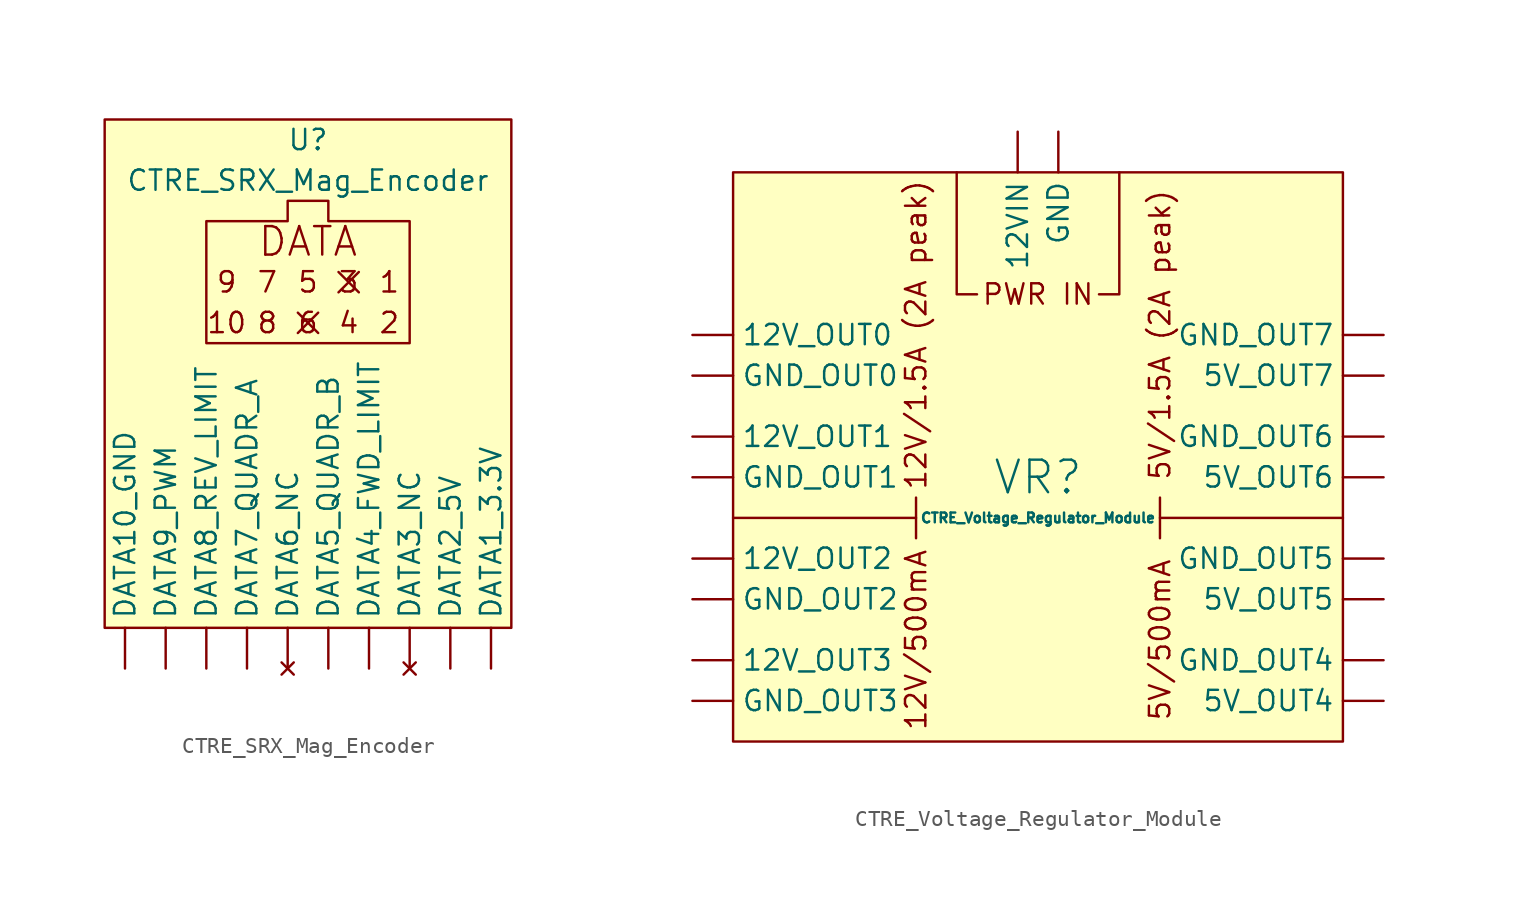
<source format=kicad_sym>
(kicad_symbol_lib
  (version 20220914)
  (generator kicad_symbol_editor)
  (symbol "CTRE_SRX_Mag_Encoder"
    (property "Reference" "U"
      (at 0 -6.35 0)
      (effects (font (size 1.27 1.27))))
    (property "Value" "CTRE_SRX_Mag_Encoder"
      (at 0 -8.89 0)
      (effects (font (size 1.27 1.27))))
    (symbol "CTRE_SRX_Mag_Encoder_0_0"
      (polyline (pts (xy -0.635 -18.415) (xy 0.635 -17.145)) (stroke (width 0) (type default)) (fill (type none)))
      (polyline (pts (xy 0.635 -18.415) (xy -0.635 -17.145)) (stroke (width 0) (type default)) (fill (type none)))
      (polyline (pts (xy 1.905 -15.875) (xy 3.175 -14.605)) (stroke (width 0) (type default)) (fill (type none)))
      (polyline (pts (xy 3.175 -15.875) (xy 1.905 -14.605)) (stroke (width 0) (type default)) (fill (type none)))
      (text "1" (at 5.08 -15.24 0) (effects (font (size 1.27 1.27))))
      (text "10" (at -5.08 -17.78 0) (effects (font (size 1.27 1.27))))
      (text "2" (at 5.08 -17.78 0) (effects (font (size 1.27 1.27))))
      (text "3" (at 2.54 -15.24 0) (effects (font (size 1.27 1.27))))
      (text "4" (at 2.54 -17.78 0) (effects (font (size 1.27 1.27))))
      (text "5" (at 0 -15.24 0) (effects (font (size 1.27 1.27))))
      (text "6" (at 0 -17.78 0) (effects (font (size 1.27 1.27))))
      (text "7" (at -2.54 -15.24 0) (effects (font (size 1.27 1.27))))
      (text "8" (at -2.54 -17.78 0) (effects (font (size 1.27 1.27))))
      (text "9" (at -5.08 -15.24 0) (effects (font (size 1.27 1.27))))
      (text "DATA" (at 0 -12.7 0) (effects (font (size 1.778 1.778)))))
    (symbol "CTRE_SRX_Mag_Encoder_0_1"
      (rectangle (start -12.7 -36.83) (end 12.7 -5.08) (stroke (width 0) (type default)) (fill (type background)))
      (polyline (pts (xy 1.27 -10.16) (xy -1.27 -10.16) (xy -1.27 -11.43) (xy -6.35 -11.43) (xy -6.35 -19.05) (xy 6.35 -19.05) (xy 6.35 -11.43) (xy 1.27 -11.43) (xy 1.27 -10.16)) (stroke (width 0) (type default)) (fill (type none))))
    (symbol "CTRE_SRX_Mag_Encoder_1_1"
      (pin power_in line (at -11.43 -39.37 90) (length 2.54) (name "DATA10_GND" (effects (font (size 1.27 1.27)))) (number "" (effects (font (size 1.27 1.27)))))
      (pin power_in line (at 11.43 -39.37 90) (length 2.54) (name "DATA1_3.3V" (effects (font (size 1.27 1.27)))) (number "" (effects (font (size 1.27 1.27)))))
      (pin power_in line (at 8.89 -39.37 90) (length 2.54) (name "DATA2_5V" (effects (font (size 1.27 1.27)))) (number "" (effects (font (size 1.27 1.27)))))
      (pin no_connect line (at 6.35 -39.37 90) (length 2.54) (name "DATA3_NC" (effects (font (size 1.27 1.27)))) (number "" (effects (font (size 1.27 1.27)))))
      (pin output line (at 3.81 -39.37 90) (length 2.54) (name "DATA4_FWD_LIMIT" (effects (font (size 1.27 1.27)))) (number "" (effects (font (size 1.27 1.27)))))
      (pin output line (at 1.27 -39.37 90) (length 2.54) (name "DATA5_QUADR_B" (effects (font (size 1.27 1.27)))) (number "" (effects (font (size 1.27 1.27)))))
      (pin no_connect line (at -1.27 -39.37 90) (length 2.54) (name "DATA6_NC" (effects (font (size 1.27 1.27)))) (number "" (effects (font (size 1.27 1.27)))))
      (pin output line (at -3.81 -39.37 90) (length 2.54) (name "DATA7_QUADR_A" (effects (font (size 1.27 1.27)))) (number "" (effects (font (size 1.27 1.27)))))
      (pin output line (at -6.35 -39.37 90) (length 2.54) (name "DATA8_REV_LIMIT" (effects (font (size 1.27 1.27)))) (number "" (effects (font (size 1.27 1.27)))))
      (pin output line (at -8.89 -39.37 90) (length 2.54) (name "DATA9_PWM" (effects (font (size 1.27 1.27)))) (number "" (effects (font (size 1.27 1.27)))))))
  (symbol "CTRE_Voltage_Regulator_Module"
    (property "Reference" "VR"
      (at 0 -1.27 0)
      (effects (font (size 2.032 2.032))))
    (property "Value" "CTRE_Voltage_Regulator_Module"
      (at 0 -3.81 0)
      (effects (font (size 0.61 0.61))))
    (symbol "CTRE_Voltage_Regulator_Module_0_0"
      (rectangle (start -19.05 17.78) (end 19.05 -17.78) (stroke (width 0) (type default)) (fill (type background)))
      (polyline (pts (xy -7.62 -3.81) (xy -19.05 -3.81)) (stroke (width 0) (type default)) (fill (type none)))
      (polyline (pts (xy -7.62 -2.54) (xy -7.62 -5.08)) (stroke (width 0) (type default)) (fill (type none)))
      (polyline (pts (xy 7.62 -5.08) (xy 7.62 -2.54)) (stroke (width 0) (type default)) (fill (type none)))
      (polyline (pts (xy 19.05 -3.81) (xy 7.62 -3.81)) (stroke (width 0) (type default)) (fill (type none)))
      (polyline (pts (xy 3.81 10.16) (xy 5.08 10.16) (xy 5.08 17.78)) (stroke (width 0) (type default)) (fill (type none)))
      (polyline (pts (xy -3.81 10.16) (xy -5.08 10.16) (xy -5.08 17.78) (xy -5.08 16.51)) (stroke (width 0) (type default)) (fill (type none)))
      (text "12V/1.5A (2A peak)" (at -7.62 7.62 900) (effects (font (size 1.27 1.27))))
      (text "12V/500mA" (at -7.62 -11.43 900) (effects (font (size 1.27 1.27))))
      (text "5V/1.5A (2A peak)" (at 7.62 7.62 900) (effects (font (size 1.27 1.27))))
      (text "5V/500mA" (at 7.62 -11.43 900) (effects (font (size 1.27 1.27))))
      (text "PWR IN" (at 0 10.16 0) (effects (font (size 1.27 1.27)))))
    (symbol "CTRE_Voltage_Regulator_Module_1_1"
      (pin power_in line (at -1.27 20.32 270) (length 2.54) (name "12VIN" (effects (font (size 1.27 1.27)))) (number "" (effects (font (size 1.27 1.27)))))
      (pin power_out line (at -21.59 7.62 0) (length 2.54) (name "12V_OUT0" (effects (font (size 1.27 1.27)))) (number "" (effects (font (size 1.27 1.27)))))
      (pin power_out line (at -21.59 1.27 0) (length 2.54) (name "12V_OUT1" (effects (font (size 1.27 1.27)))) (number "" (effects (font (size 1.27 1.27)))))
      (pin power_out line (at -21.59 -6.35 0) (length 2.54) (name "12V_OUT2" (effects (font (size 1.27 1.27)))) (number "" (effects (font (size 1.27 1.27)))))
      (pin power_out line (at -21.59 -12.7 0) (length 2.54) (name "12V_OUT3" (effects (font (size 1.27 1.27)))) (number "" (effects (font (size 1.27 1.27)))))
      (pin power_out line (at 21.59 -15.24 180) (length 2.54) (name "5V_OUT4" (effects (font (size 1.27 1.27)))) (number "" (effects (font (size 1.27 1.27)))))
      (pin power_out line (at 21.59 -8.89 180) (length 2.54) (name "5V_OUT5" (effects (font (size 1.27 1.27)))) (number "" (effects (font (size 1.27 1.27)))))
      (pin power_out line (at 21.59 -1.27 180) (length 2.54) (name "5V_OUT6" (effects (font (size 1.27 1.27)))) (number "" (effects (font (size 1.27 1.27)))))
      (pin power_out line (at 21.59 5.08 180) (length 2.54) (name "5V_OUT7" (effects (font (size 1.27 1.27)))) (number "" (effects (font (size 1.27 1.27)))))
      (pin power_in line (at 1.27 20.32 270) (length 2.54) (name "GND" (effects (font (size 1.27 1.27)))) (number "" (effects (font (size 1.27 1.27)))))
      (pin power_out line (at -21.59 5.08 0) (length 2.54) (name "GND_OUT0" (effects (font (size 1.27 1.27)))) (number "" (effects (font (size 1.27 1.27)))))
      (pin power_out line (at -21.59 -1.27 0) (length 2.54) (name "GND_OUT1" (effects (font (size 1.27 1.27)))) (number "" (effects (font (size 1.27 1.27)))))
      (pin power_out line (at -21.59 -8.89 0) (length 2.54) (name "GND_OUT2" (effects (font (size 1.27 1.27)))) (number "" (effects (font (size 1.27 1.27)))))
      (pin power_out line (at -21.59 -15.24 0) (length 2.54) (name "GND_OUT3" (effects (font (size 1.27 1.27)))) (number "" (effects (font (size 1.27 1.27)))))
      (pin power_out line (at 21.59 -12.7 180) (length 2.54) (name "GND_OUT4" (effects (font (size 1.27 1.27)))) (number "" (effects (font (size 1.27 1.27)))))
      (pin power_out line (at 21.59 -6.35 180) (length 2.54) (name "GND_OUT5" (effects (font (size 1.27 1.27)))) (number "" (effects (font (size 1.27 1.27)))))
      (pin power_out line (at 21.59 1.27 180) (length 2.54) (name "GND_OUT6" (effects (font (size 1.27 1.27)))) (number "" (effects (font (size 1.27 1.27)))))
      (pin power_out line (at 21.59 7.62 180) (length 2.54) (name "GND_OUT7" (effects (font (size 1.27 1.27)))) (number "" (effects (font (size 1.27 1.27))))))))
</source>
